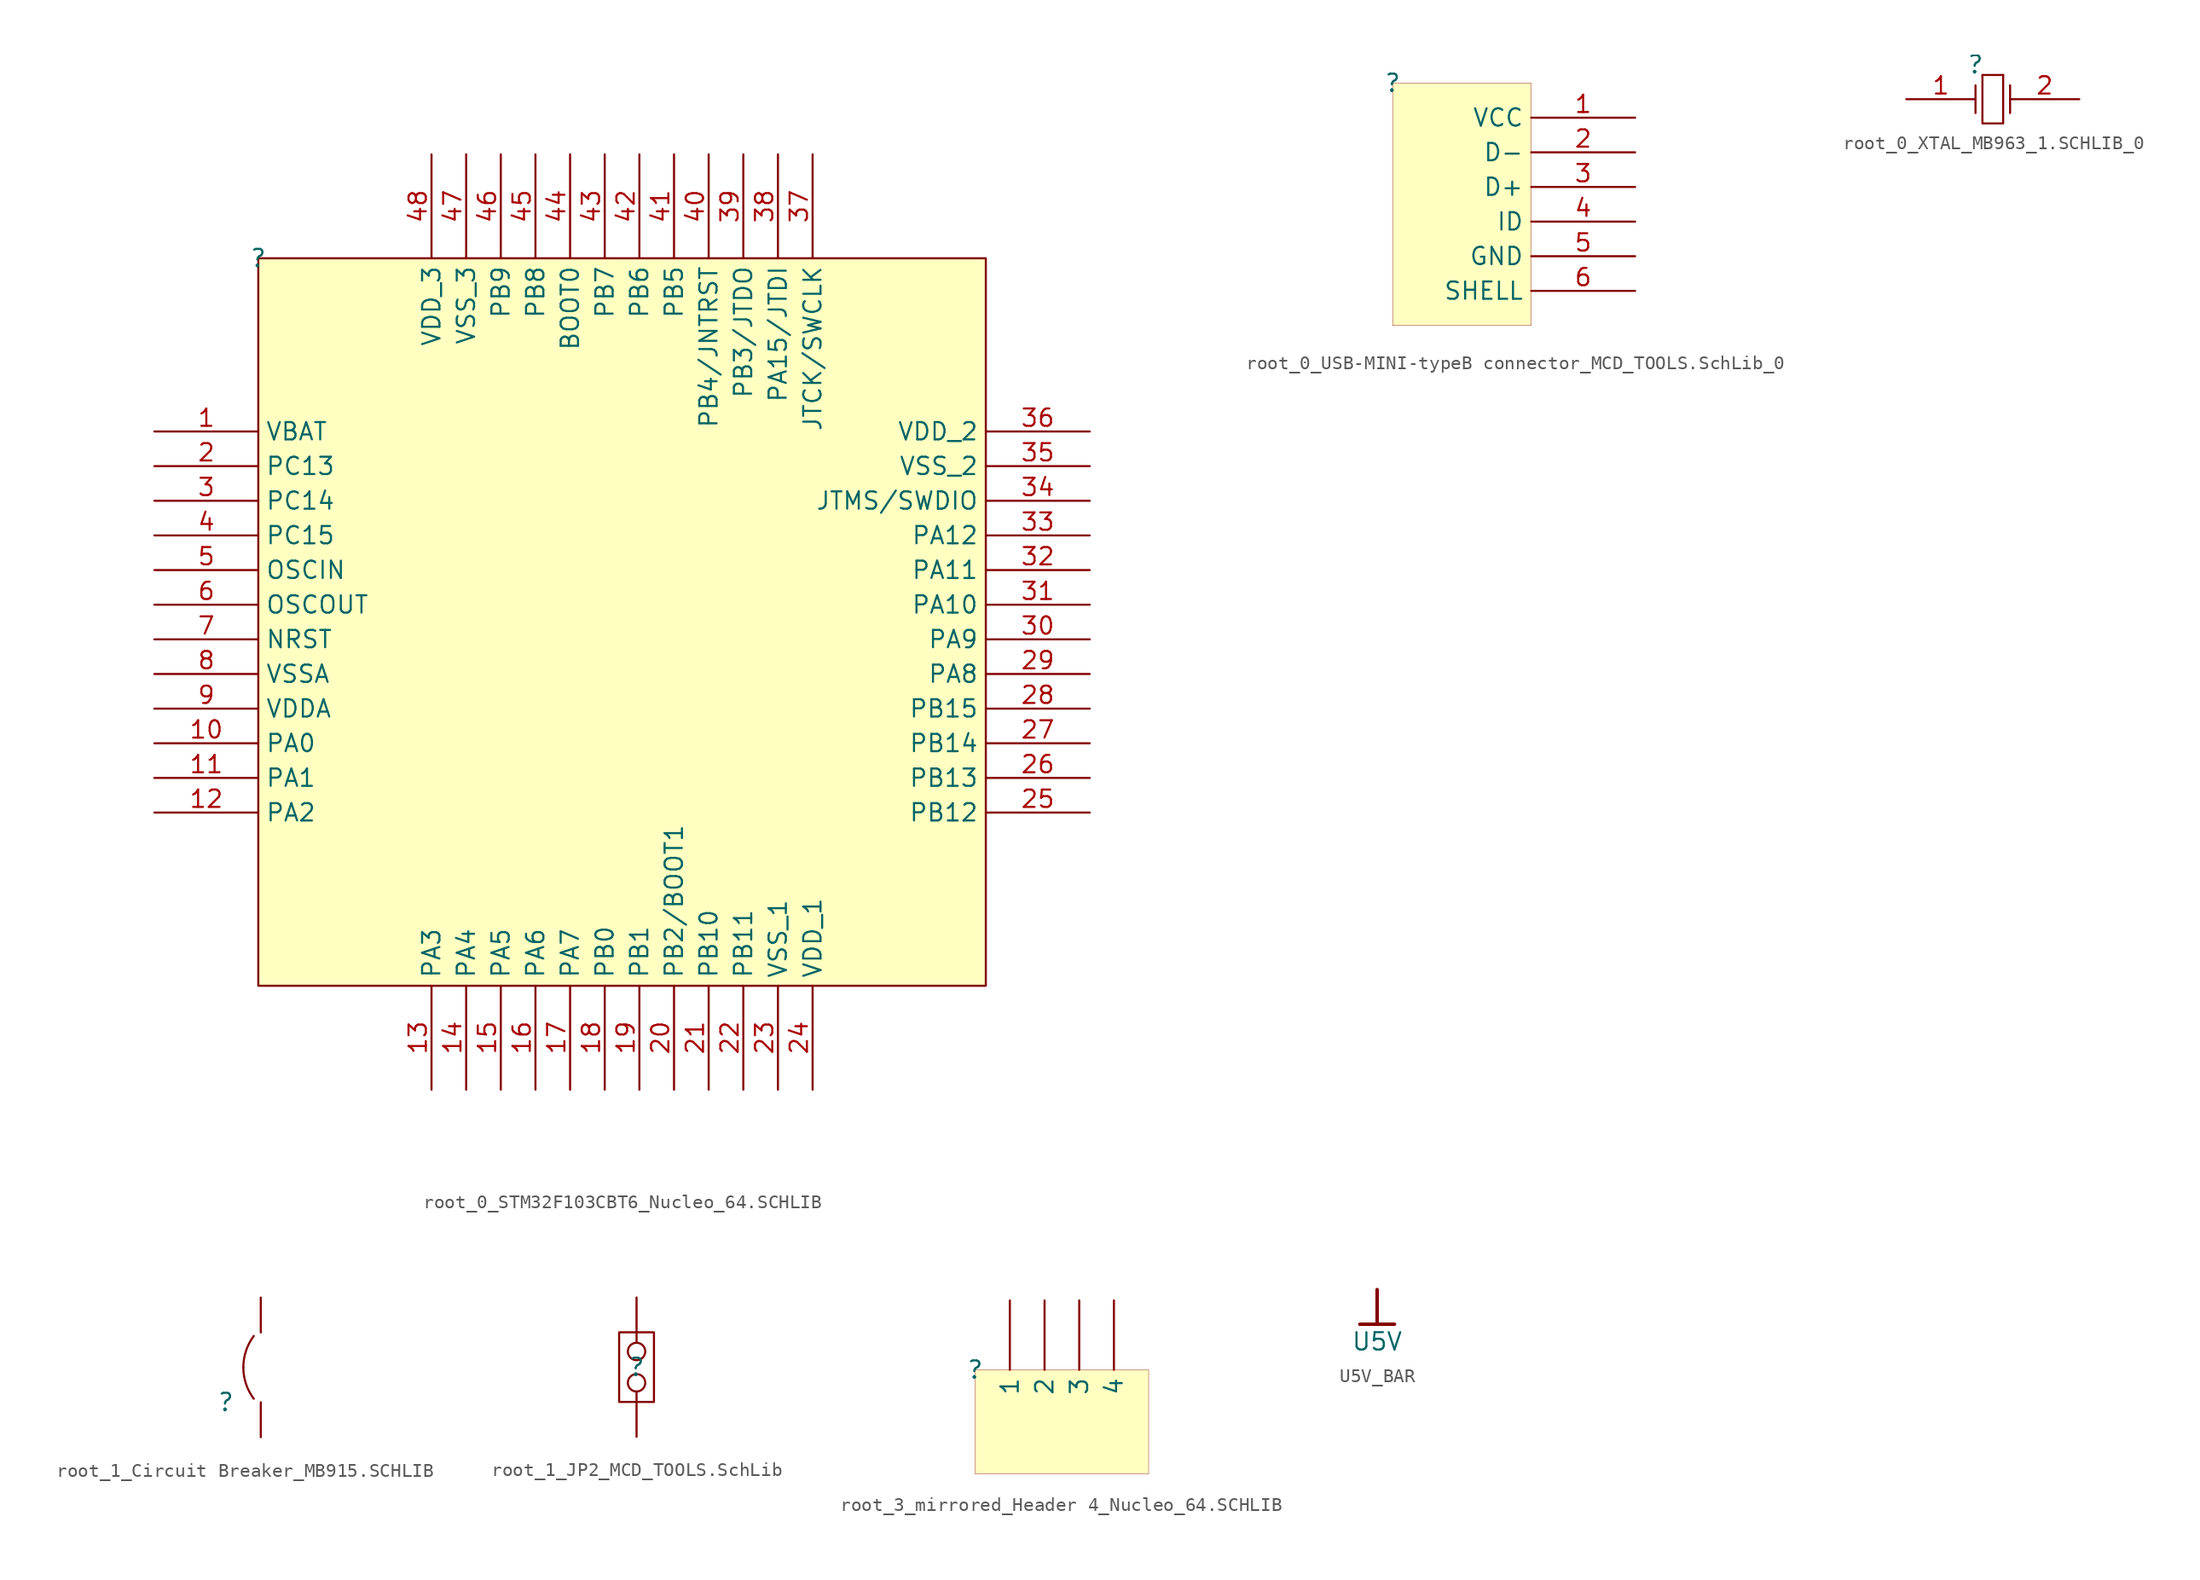
<source format=kicad_sym>
(kicad_symbol_lib
  (version 20241209)
  (generator "kicad_symbol_editor")
  (generator_version "9.0")
  (symbol "root_0_STM32F103CBT6_Nucleo_64.SCHLIB"
    (property "Reference" ""
      (at 0 0 0)
      (effects (font (size 1.27 1.27))))
    (property "Value" ""
      (at 0 0 0)
      (effects (font (size 1.27 1.27))))
    (symbol "root_0_STM32F103CBT6_Nucleo_64.SCHLIB_1_0"
      (rectangle (start 53.34 0) (end 0 -53.34) (stroke (width 0) (type solid) (color 128 0 0 1)) (fill (type background)))
      (pin power_in line (at -7.62 -12.7 0) (length 7.62) (name "VBAT" (effects (font (size 1.27 1.27)))) (number "1" (effects (font (size 1.27 1.27)))))
      (pin bidirectional line (at -7.62 -15.24 0) (length 7.62) (name "PC13" (effects (font (size 1.27 1.27)))) (number "2" (effects (font (size 1.27 1.27)))))
      (pin bidirectional line (at -7.62 -17.78 0) (length 7.62) (name "PC14" (effects (font (size 1.27 1.27)))) (number "3" (effects (font (size 1.27 1.27)))))
      (pin bidirectional line (at -7.62 -20.32 0) (length 7.62) (name "PC15" (effects (font (size 1.27 1.27)))) (number "4" (effects (font (size 1.27 1.27)))))
      (pin input line (at -7.62 -22.86 0) (length 7.62) (name "OSCIN" (effects (font (size 1.27 1.27)))) (number "5" (effects (font (size 1.27 1.27)))))
      (pin output line (at -7.62 -25.4 0) (length 7.62) (name "OSCOUT" (effects (font (size 1.27 1.27)))) (number "6" (effects (font (size 1.27 1.27)))))
      (pin input line (at -7.62 -27.94 0) (length 7.62) (name "NRST" (effects (font (size 1.27 1.27)))) (number "7" (effects (font (size 1.27 1.27)))))
      (pin power_in line (at -7.62 -30.48 0) (length 7.62) (name "VSSA" (effects (font (size 1.27 1.27)))) (number "8" (effects (font (size 1.27 1.27)))))
      (pin power_in line (at -7.62 -33.02 0) (length 7.62) (name "VDDA" (effects (font (size 1.27 1.27)))) (number "9" (effects (font (size 1.27 1.27)))))
      (pin bidirectional line (at -7.62 -35.56 0) (length 7.62) (name "PA0" (effects (font (size 1.27 1.27)))) (number "10" (effects (font (size 1.27 1.27)))))
      (pin bidirectional line (at -7.62 -38.1 0) (length 7.62) (name "PA1" (effects (font (size 1.27 1.27)))) (number "11" (effects (font (size 1.27 1.27)))))
      (pin bidirectional line (at -7.62 -40.64 0) (length 7.62) (name "PA2" (effects (font (size 1.27 1.27)))) (number "12" (effects (font (size 1.27 1.27)))))
      (pin power_in line (at 12.7 7.62 270) (length 7.62) (name "VDD_3" (effects (font (size 1.27 1.27)))) (number "48" (effects (font (size 1.27 1.27)))))
      (pin bidirectional line (at 12.7 -60.96 90) (length 7.62) (name "PA3" (effects (font (size 1.27 1.27)))) (number "13" (effects (font (size 1.27 1.27)))))
      (pin power_in line (at 15.24 7.62 270) (length 7.62) (name "VSS_3" (effects (font (size 1.27 1.27)))) (number "47" (effects (font (size 1.27 1.27)))))
      (pin bidirectional line (at 15.24 -60.96 90) (length 7.62) (name "PA4" (effects (font (size 1.27 1.27)))) (number "14" (effects (font (size 1.27 1.27)))))
      (pin bidirectional line (at 17.78 7.62 270) (length 7.62) (name "PB9" (effects (font (size 1.27 1.27)))) (number "46" (effects (font (size 1.27 1.27)))))
      (pin bidirectional line (at 17.78 -60.96 90) (length 7.62) (name "PA5" (effects (font (size 1.27 1.27)))) (number "15" (effects (font (size 1.27 1.27)))))
      (pin bidirectional line (at 20.32 7.62 270) (length 7.62) (name "PB8" (effects (font (size 1.27 1.27)))) (number "45" (effects (font (size 1.27 1.27)))))
      (pin bidirectional line (at 20.32 -60.96 90) (length 7.62) (name "PA6" (effects (font (size 1.27 1.27)))) (number "16" (effects (font (size 1.27 1.27)))))
      (pin bidirectional line (at 22.86 7.62 270) (length 7.62) (name "BOOT0" (effects (font (size 1.27 1.27)))) (number "44" (effects (font (size 1.27 1.27)))))
      (pin bidirectional line (at 22.86 -60.96 90) (length 7.62) (name "PA7" (effects (font (size 1.27 1.27)))) (number "17" (effects (font (size 1.27 1.27)))))
      (pin bidirectional line (at 25.4 7.62 270) (length 7.62) (name "PB7" (effects (font (size 1.27 1.27)))) (number "43" (effects (font (size 1.27 1.27)))))
      (pin bidirectional line (at 25.4 -60.96 90) (length 7.62) (name "PB0" (effects (font (size 1.27 1.27)))) (number "18" (effects (font (size 1.27 1.27)))))
      (pin bidirectional line (at 27.94 7.62 270) (length 7.62) (name "PB6" (effects (font (size 1.27 1.27)))) (number "42" (effects (font (size 1.27 1.27)))))
      (pin input line (at 27.94 -60.96 90) (length 7.62) (name "PB1" (effects (font (size 1.27 1.27)))) (number "19" (effects (font (size 1.27 1.27)))))
      (pin bidirectional line (at 30.48 7.62 270) (length 7.62) (name "PB5" (effects (font (size 1.27 1.27)))) (number "41" (effects (font (size 1.27 1.27)))))
      (pin bidirectional line (at 30.48 -60.96 90) (length 7.62) (name "PB2/BOOT1" (effects (font (size 1.27 1.27)))) (number "20" (effects (font (size 1.27 1.27)))))
      (pin bidirectional line (at 33.02 7.62 270) (length 7.62) (name "PB4/JNTRST" (effects (font (size 1.27 1.27)))) (number "40" (effects (font (size 1.27 1.27)))))
      (pin bidirectional line (at 33.02 -60.96 90) (length 7.62) (name "PB10" (effects (font (size 1.27 1.27)))) (number "21" (effects (font (size 1.27 1.27)))))
      (pin bidirectional line (at 35.56 7.62 270) (length 7.62) (name "PB3/JTDO" (effects (font (size 1.27 1.27)))) (number "39" (effects (font (size 1.27 1.27)))))
      (pin bidirectional line (at 35.56 -60.96 90) (length 7.62) (name "PB11" (effects (font (size 1.27 1.27)))) (number "22" (effects (font (size 1.27 1.27)))))
      (pin bidirectional line (at 38.1 7.62 270) (length 7.62) (name "PA15/JTDI" (effects (font (size 1.27 1.27)))) (number "38" (effects (font (size 1.27 1.27)))))
      (pin power_in line (at 38.1 -60.96 90) (length 7.62) (name "VSS_1" (effects (font (size 1.27 1.27)))) (number "23" (effects (font (size 1.27 1.27)))))
      (pin bidirectional line (at 40.64 7.62 270) (length 7.62) (name "JTCK/SWCLK" (effects (font (size 1.27 1.27)))) (number "37" (effects (font (size 1.27 1.27)))))
      (pin power_in line (at 40.64 -60.96 90) (length 7.62) (name "VDD_1" (effects (font (size 1.27 1.27)))) (number "24" (effects (font (size 1.27 1.27)))))
      (pin power_in line (at 60.96 -12.7 180) (length 7.62) (name "VDD_2" (effects (font (size 1.27 1.27)))) (number "36" (effects (font (size 1.27 1.27)))))
      (pin power_in line (at 60.96 -15.24 180) (length 7.62) (name "VSS_2" (effects (font (size 1.27 1.27)))) (number "35" (effects (font (size 1.27 1.27)))))
      (pin bidirectional line (at 60.96 -17.78 180) (length 7.62) (name "JTMS/SWDIO" (effects (font (size 1.27 1.27)))) (number "34" (effects (font (size 1.27 1.27)))))
      (pin bidirectional line (at 60.96 -20.32 180) (length 7.62) (name "PA12" (effects (font (size 1.27 1.27)))) (number "33" (effects (font (size 1.27 1.27)))))
      (pin bidirectional line (at 60.96 -22.86 180) (length 7.62) (name "PA11" (effects (font (size 1.27 1.27)))) (number "32" (effects (font (size 1.27 1.27)))))
      (pin bidirectional line (at 60.96 -25.4 180) (length 7.62) (name "PA10" (effects (font (size 1.27 1.27)))) (number "31" (effects (font (size 1.27 1.27)))))
      (pin bidirectional line (at 60.96 -27.94 180) (length 7.62) (name "PA9" (effects (font (size 1.27 1.27)))) (number "30" (effects (font (size 1.27 1.27)))))
      (pin bidirectional line (at 60.96 -30.48 180) (length 7.62) (name "PA8" (effects (font (size 1.27 1.27)))) (number "29" (effects (font (size 1.27 1.27)))))
      (pin bidirectional line (at 60.96 -33.02 180) (length 7.62) (name "PB15" (effects (font (size 1.27 1.27)))) (number "28" (effects (font (size 1.27 1.27)))))
      (pin bidirectional line (at 60.96 -35.56 180) (length 7.62) (name "PB14" (effects (font (size 1.27 1.27)))) (number "27" (effects (font (size 1.27 1.27)))))
      (pin bidirectional line (at 60.96 -38.1 180) (length 7.62) (name "PB13" (effects (font (size 1.27 1.27)))) (number "26" (effects (font (size 1.27 1.27)))))
      (pin bidirectional line (at 60.96 -40.64 180) (length 7.62) (name "PB12" (effects (font (size 1.27 1.27)))) (number "25" (effects (font (size 1.27 1.27)))))))
  (symbol "root_0_USB-MINI-typeB connector_MCD_TOOLS.SchLib_0"
    (property "Reference" ""
      (at 0 0 0)
      (effects (font (size 1.27 1.27))))
    (property "Value" ""
      (at 0 0 0)
      (effects (font (size 1.27 1.27))))
    (symbol "root_0_USB-MINI-typeB connector_MCD_TOOLS.SchLib_0_1_0"
      (rectangle (start 10.16 0) (end 0 -17.78) (stroke (width 0.025) (type solid) (color 128 0 0 1)) (fill (type background)))
      (pin power_in line (at 17.78 -2.54 180) (length 7.62) (name "VCC" (effects (font (size 1.27 1.27)))) (number "1" (effects (font (size 1.27 1.27)))))
      (pin bidirectional line (at 17.78 -5.08 180) (length 7.62) (name "D-" (effects (font (size 1.27 1.27)))) (number "2" (effects (font (size 1.27 1.27)))))
      (pin bidirectional line (at 17.78 -7.62 180) (length 7.62) (name "D+" (effects (font (size 1.27 1.27)))) (number "3" (effects (font (size 1.27 1.27)))))
      (pin input line (at 17.78 -10.16 180) (length 7.62) (name "ID" (effects (font (size 1.27 1.27)))) (number "4" (effects (font (size 1.27 1.27)))))
      (pin power_in line (at 17.78 -12.7 180) (length 7.62) (name "GND" (effects (font (size 1.27 1.27)))) (number "5" (effects (font (size 1.27 1.27)))))
      (pin power_in line (at 17.78 -15.24 180) (length 7.62) (name "SHELL" (effects (font (size 1.27 1.27)))) (number "6" (effects (font (size 1.27 1.27)))))))
  (symbol "root_0_XTAL_MB963_1.SCHLIB_0"
    (pin_names
      (hide yes))
    (property "Reference" ""
      (at 0 0 0)
      (effects (font (size 1.27 1.27))))
    (property "Value" ""
      (at 0 0 0)
      (effects (font (size 1.27 1.27))))
    (symbol "root_0_XTAL_MB963_1.SCHLIB_0_1_0"
      (polyline (pts (xy 0 -1.524) (xy 0 -3.556)) (stroke (width 0) (type solid)) (fill (type none)))
      (polyline (pts (xy 0.508 -0.762) (xy 2.032 -0.762)) (stroke (width 0) (type solid)) (fill (type none)))
      (polyline (pts (xy 2.032 -0.762) (xy 2.032 -4.318) (xy 0.508 -4.318) (xy 0.508 -0.762)) (stroke (width 0) (type solid)) (fill (type none)))
      (polyline (pts (xy 2.54 -1.524) (xy 2.54 -3.556)) (stroke (width 0) (type solid)) (fill (type none)))
      (pin passive line (at -5.08 -2.54 0) (length 5.08) (name "OSC1" (effects (font (size 1.27 1.27)))) (number "1" (effects (font (size 1.27 1.27)))))
      (pin passive line (at 7.62 -2.54 180) (length 5.08) (name "OSC2" (effects (font (size 1.27 1.27)))) (number "2" (effects (font (size 1.27 1.27)))))))
  (symbol "root_1_Circuit Breaker_MB915.SCHLIB"
    (pin_numbers
      (hide yes))
    (pin_names
      (hide yes))
    (property "Reference" ""
      (at 0 0 0)
      (effects (font (size 1.27 1.27))))
    (property "Value" ""
      (at 0 0 0)
      (effects (font (size 1.27 1.27))))
    (symbol "root_1_Circuit Breaker_MB915.SCHLIB_1_0"
      (arc (start 1.27 2.54) (mid 1.4655 3.7448) (end 2.032 4.826) (stroke (width 0) (type solid)) (fill (type none)))
      (arc (start 2.032 0.254) (mid 1.4655 1.3352) (end 1.27 2.54) (stroke (width 0) (type solid)) (fill (type none)))
      (pin passive line (at 2.54 7.62 270) (length 2.54) (name "2" (effects (font (size 1.27 1.27)))) (number "2" (effects (font (size 1.27 1.27)))))
      (pin passive line (at 2.54 -2.54 90) (length 2.54) (name "1" (effects (font (size 1.27 1.27)))) (number "1" (effects (font (size 1.27 1.27)))))))
  (symbol "root_1_JP2_MCD_TOOLS.SchLib"
    (pin_numbers
      (hide yes))
    (pin_names
      (hide yes))
    (property "Reference" ""
      (at 0 0 0)
      (effects (font (size 1.27 1.27))))
    (property "Value" ""
      (at 0 0 0)
      (effects (font (size 1.27 1.27))))
    (symbol "root_1_JP2_MCD_TOOLS.SchLib_1_0"
      (polyline (pts (xy -1.27 -2.54) (xy -1.27 2.54) (xy 1.27 2.54) (xy 1.27 -2.54) (xy -1.27 -2.54)) (stroke (width 0) (type solid)) (fill (type none)))
      (pin passive inverted (at 0 5.08 270) (length 4.572) (name "NO" (effects (font (size 1.27 1.27)))) (number "2" (effects (font (size 1.27 1.27)))))
      (pin passive inverted (at 0 -5.08 90) (length 4.572) (name "COMMON" (effects (font (size 1.27 1.27)))) (number "1" (effects (font (size 1.27 1.27)))))))
  (symbol "root_3_mirrored_Header 4_Nucleo_64.SCHLIB"
    (pin_numbers
      (hide yes))
    (property "Reference" ""
      (at 0 0 0)
      (effects (font (size 1.27 1.27))))
    (property "Value" ""
      (at 0 0 0)
      (effects (font (size 1.27 1.27))))
    (symbol "root_3_mirrored_Header 4_Nucleo_64.SCHLIB_1_0"
      (rectangle (start 12.7 0) (end 0 -7.62) (stroke (width 0.025) (type solid) (color 128 0 0 1)) (fill (type background)))
      (pin passive line (at 2.54 5.08 270) (length 5.08) (name "1" (effects (font (size 1.27 1.27)))) (number "1" (effects (font (size 1.27 1.27)))))
      (pin passive line (at 5.08 5.08 270) (length 5.08) (name "2" (effects (font (size 1.27 1.27)))) (number "2" (effects (font (size 1.27 1.27)))))
      (pin passive line (at 7.62 5.08 270) (length 5.08) (name "3" (effects (font (size 1.27 1.27)))) (number "3" (effects (font (size 1.27 1.27)))))
      (pin passive line (at 10.16 5.08 270) (length 5.08) (name "4" (effects (font (size 1.27 1.27)))) (number "4" (effects (font (size 1.27 1.27)))))))
  (symbol "U5V_BAR"
    (power)
    (property "Reference" "#PWR"
      (at 0 0 0)
      (effects (font (size 1.27 1.27)) (hide yes)))
    (property "Value" "U5V"
      (at 0 -3.81 0)
      (effects (font (size 1.27 1.27))))
    (symbol "U5V_BAR_0_0"
      (polyline (pts (xy -1.27 -2.54) (xy 1.27 -2.54)) (stroke (width 0.254) (type solid)) (fill (type none)))
      (polyline (pts (xy 0 0) (xy 0 -2.54)) (stroke (width 0.254) (type solid)) (fill (type none)))
      (pin power_in line (at 0 0 0) (length 0) (hide yes) (name "U5V" (effects (font (size 1.27 1.27)))) (number "" (effects (font (size 1.27 1.27))))))))
</source>
